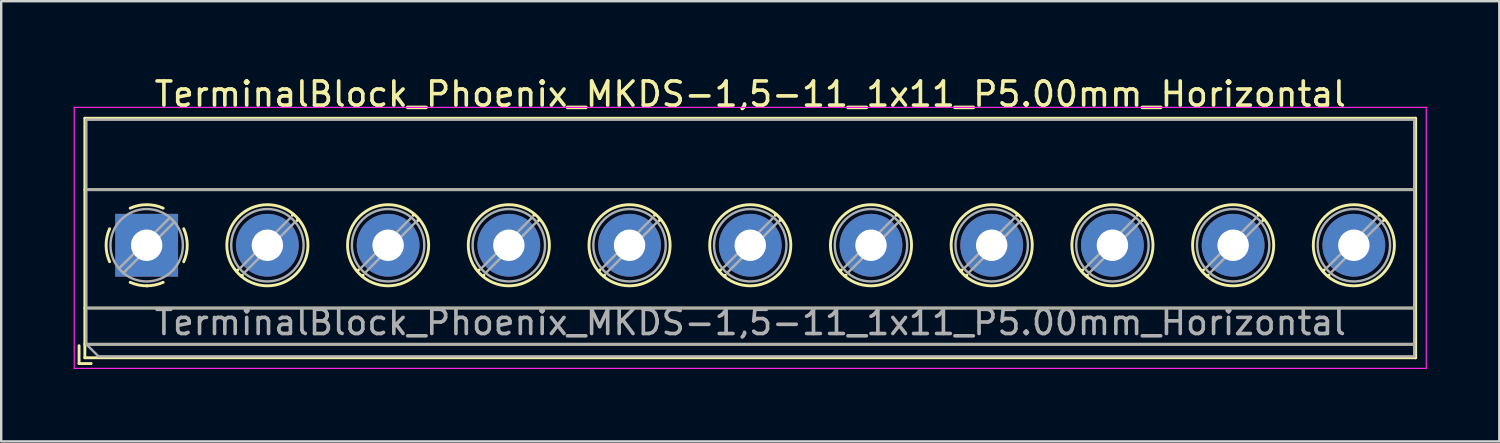
<source format=kicad_pcb>
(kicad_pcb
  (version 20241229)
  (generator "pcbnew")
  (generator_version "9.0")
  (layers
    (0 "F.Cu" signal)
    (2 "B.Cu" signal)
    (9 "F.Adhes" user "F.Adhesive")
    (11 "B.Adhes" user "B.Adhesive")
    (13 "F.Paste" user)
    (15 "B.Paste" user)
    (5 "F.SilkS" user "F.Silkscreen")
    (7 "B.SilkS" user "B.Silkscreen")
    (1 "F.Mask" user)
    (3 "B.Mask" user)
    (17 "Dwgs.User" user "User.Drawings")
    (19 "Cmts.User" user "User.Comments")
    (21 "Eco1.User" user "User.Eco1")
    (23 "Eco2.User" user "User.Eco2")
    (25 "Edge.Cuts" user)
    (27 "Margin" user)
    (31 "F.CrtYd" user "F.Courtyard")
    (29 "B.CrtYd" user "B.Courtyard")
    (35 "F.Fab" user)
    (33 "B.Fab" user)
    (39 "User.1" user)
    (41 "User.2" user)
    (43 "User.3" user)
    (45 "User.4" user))
  (footprint "TerminalBlock_Phoenix_MKDS-1,5-11_1x11_P5.00mm_Horizontal"
    (layer "F.Cu")
    (at 3.025 7.108)
    (property "Reference" "TerminalBlock_Phoenix_MKDS-1,5-11_1x11_P5.00mm_Horizontal" (at 25 -6.26 0) (layer "F.SilkS") (effects (font (size 1 1) (thickness 0.15))))
    (attr through_hole)
    (fp_line (start -2.8 4.16) (end -2.8 4.9) (stroke (width 0.12) (type solid)) (layer "F.SilkS"))
    (fp_line (start -2.8 4.9) (end -2.3 4.9) (stroke (width 0.12) (type solid)) (layer "F.SilkS"))
    (fp_line (start -2.56 -5.261) (end -2.56 4.66) (stroke (width 0.12) (type solid)) (layer "F.SilkS"))
    (fp_line (start -2.56 -5.261) (end 52.56 -5.261) (stroke (width 0.12) (type solid)) (layer "F.SilkS"))
    (fp_line (start -2.56 -2.301) (end 52.56 -2.301) (stroke (width 0.12) (type solid)) (layer "F.SilkS"))
    (fp_line (start -2.56 2.6) (end 52.56 2.6) (stroke (width 0.12) (type solid)) (layer "F.SilkS"))
    (fp_line (start -2.56 4.1) (end 52.56 4.1) (stroke (width 0.12) (type solid)) (layer "F.SilkS"))
    (fp_line (start -2.56 4.66) (end 52.56 4.66) (stroke (width 0.12) (type solid)) (layer "F.SilkS"))
    (fp_line (start 3.773 1.023) (end 3.726 1.069) (stroke (width 0.12) (type solid)) (layer "F.SilkS"))
    (fp_line (start 3.966 1.239) (end 3.931 1.274) (stroke (width 0.12) (type solid)) (layer "F.SilkS"))
    (fp_line (start 6.07 -1.275) (end 6.035 -1.239) (stroke (width 0.12) (type solid)) (layer "F.SilkS"))
    (fp_line (start 6.275 -1.069) (end 6.228 -1.023) (stroke (width 0.12) (type solid)) (layer "F.SilkS"))
    (fp_line (start 8.773 1.023) (end 8.726 1.069) (stroke (width 0.12) (type solid)) (layer "F.SilkS"))
    (fp_line (start 8.966 1.239) (end 8.931 1.274) (stroke (width 0.12) (type solid)) (layer "F.SilkS"))
    (fp_line (start 11.07 -1.275) (end 11.035 -1.239) (stroke (width 0.12) (type solid)) (layer "F.SilkS"))
    (fp_line (start 11.275 -1.069) (end 11.228 -1.023) (stroke (width 0.12) (type solid)) (layer "F.SilkS"))
    (fp_line (start 13.773 1.023) (end 13.726 1.069) (stroke (width 0.12) (type solid)) (layer "F.SilkS"))
    (fp_line (start 13.966 1.239) (end 13.931 1.274) (stroke (width 0.12) (type solid)) (layer "F.SilkS"))
    (fp_line (start 16.07 -1.275) (end 16.035 -1.239) (stroke (width 0.12) (type solid)) (layer "F.SilkS"))
    (fp_line (start 16.275 -1.069) (end 16.228 -1.023) (stroke (width 0.12) (type solid)) (layer "F.SilkS"))
    (fp_line (start 18.773 1.023) (end 18.726 1.069) (stroke (width 0.12) (type solid)) (layer "F.SilkS"))
    (fp_line (start 18.966 1.239) (end 18.931 1.274) (stroke (width 0.12) (type solid)) (layer "F.SilkS"))
    (fp_line (start 21.07 -1.275) (end 21.035 -1.239) (stroke (width 0.12) (type solid)) (layer "F.SilkS"))
    (fp_line (start 21.275 -1.069) (end 21.228 -1.023) (stroke (width 0.12) (type solid)) (layer "F.SilkS"))
    (fp_line (start 23.773 1.023) (end 23.726 1.069) (stroke (width 0.12) (type solid)) (layer "F.SilkS"))
    (fp_line (start 23.966 1.239) (end 23.931 1.274) (stroke (width 0.12) (type solid)) (layer "F.SilkS"))
    (fp_line (start 26.07 -1.275) (end 26.035 -1.239) (stroke (width 0.12) (type solid)) (layer "F.SilkS"))
    (fp_line (start 26.275 -1.069) (end 26.228 -1.023) (stroke (width 0.12) (type solid)) (layer "F.SilkS"))
    (fp_line (start 28.773 1.023) (end 28.726 1.069) (stroke (width 0.12) (type solid)) (layer "F.SilkS"))
    (fp_line (start 28.966 1.239) (end 28.931 1.274) (stroke (width 0.12) (type solid)) (layer "F.SilkS"))
    (fp_line (start 31.07 -1.275) (end 31.035 -1.239) (stroke (width 0.12) (type solid)) (layer "F.SilkS"))
    (fp_line (start 31.275 -1.069) (end 31.228 -1.023) (stroke (width 0.12) (type solid)) (layer "F.SilkS"))
    (fp_line (start 33.773 1.023) (end 33.726 1.069) (stroke (width 0.12) (type solid)) (layer "F.SilkS"))
    (fp_line (start 33.966 1.239) (end 33.931 1.274) (stroke (width 0.12) (type solid)) (layer "F.SilkS"))
    (fp_line (start 36.07 -1.275) (end 36.035 -1.239) (stroke (width 0.12) (type solid)) (layer "F.SilkS"))
    (fp_line (start 36.275 -1.069) (end 36.228 -1.023) (stroke (width 0.12) (type solid)) (layer "F.SilkS"))
    (fp_line (start 38.773 1.023) (end 38.726 1.069) (stroke (width 0.12) (type solid)) (layer "F.SilkS"))
    (fp_line (start 38.966 1.239) (end 38.931 1.274) (stroke (width 0.12) (type solid)) (layer "F.SilkS"))
    (fp_line (start 41.07 -1.275) (end 41.035 -1.239) (stroke (width 0.12) (type solid)) (layer "F.SilkS"))
    (fp_line (start 41.275 -1.069) (end 41.228 -1.023) (stroke (width 0.12) (type solid)) (layer "F.SilkS"))
    (fp_line (start 43.773 1.023) (end 43.726 1.069) (stroke (width 0.12) (type solid)) (layer "F.SilkS"))
    (fp_line (start 43.966 1.239) (end 43.931 1.274) (stroke (width 0.12) (type solid)) (layer "F.SilkS"))
    (fp_line (start 46.07 -1.275) (end 46.035 -1.239) (stroke (width 0.12) (type solid)) (layer "F.SilkS"))
    (fp_line (start 46.275 -1.069) (end 46.228 -1.023) (stroke (width 0.12) (type solid)) (layer "F.SilkS"))
    (fp_line (start 48.773 1.023) (end 48.726 1.069) (stroke (width 0.12) (type solid)) (layer "F.SilkS"))
    (fp_line (start 48.966 1.239) (end 48.931 1.274) (stroke (width 0.12) (type solid)) (layer "F.SilkS"))
    (fp_line (start 51.07 -1.275) (end 51.035 -1.239) (stroke (width 0.12) (type solid)) (layer "F.SilkS"))
    (fp_line (start 51.275 -1.069) (end 51.228 -1.023) (stroke (width 0.12) (type solid)) (layer "F.SilkS"))
    (fp_line (start 52.56 -5.261) (end 52.56 4.66) (stroke (width 0.12) (type solid)) (layer "F.SilkS"))
    (fp_arc (start -1.535427 0.683042) (mid -1.680501 -0.000524) (end -1.535 -0.684) (stroke (width 0.12) (type solid)) (layer "F.SilkS"))
    (fp_arc (start -0.683042 -1.535427) (mid 0.000524 -1.680501) (end 0.684 -1.535) (stroke (width 0.12) (type solid)) (layer "F.SilkS"))
    (fp_arc (start 0.028805 1.680253) (mid -0.335551 1.646659) (end -0.684 1.535) (stroke (width 0.12) (type solid)) (layer "F.SilkS"))
    (fp_arc (start 0.683318 1.534756) (mid 0.349292 1.643288) (end 0 1.68) (stroke (width 0.12) (type solid)) (layer "F.SilkS"))
    (fp_arc (start 1.535427 -0.683042) (mid 1.680501 0.000524) (end 1.535 0.684) (stroke (width 0.12) (type solid)) (layer "F.SilkS"))
    (fp_circle (center 5 0) (end 6.68 0) (stroke (width 0.12) (type solid)) (fill no) (layer "F.SilkS"))
    (fp_circle (center 10 0) (end 11.68 0) (stroke (width 0.12) (type solid)) (fill no) (layer "F.SilkS"))
    (fp_circle (center 15 0) (end 16.68 0) (stroke (width 0.12) (type solid)) (fill no) (layer "F.SilkS"))
    (fp_circle (center 20 0) (end 21.68 0) (stroke (width 0.12) (type solid)) (fill no) (layer "F.SilkS"))
    (fp_circle (center 25 0) (end 26.68 0) (stroke (width 0.12) (type solid)) (fill no) (layer "F.SilkS"))
    (fp_circle (center 30 0) (end 31.68 0) (stroke (width 0.12) (type solid)) (fill no) (layer "F.SilkS"))
    (fp_circle (center 35 0) (end 36.68 0) (stroke (width 0.12) (type solid)) (fill no) (layer "F.SilkS"))
    (fp_circle (center 40 0) (end 41.68 0) (stroke (width 0.12) (type solid)) (fill no) (layer "F.SilkS"))
    (fp_circle (center 45 0) (end 46.68 0) (stroke (width 0.12) (type solid)) (fill no) (layer "F.SilkS"))
    (fp_circle (center 50 0) (end 51.68 0) (stroke (width 0.12) (type solid)) (fill no) (layer "F.SilkS"))
    (fp_line (start -3 -5.71) (end -3 5.1) (stroke (width 0.05) (type solid)) (layer "F.CrtYd"))
    (fp_line (start -3 5.1) (end 53 5.1) (stroke (width 0.05) (type solid)) (layer "F.CrtYd"))
    (fp_line (start 53 -5.71) (end -3 -5.71) (stroke (width 0.05) (type solid)) (layer "F.CrtYd"))
    (fp_line (start 53 5.1) (end 53 -5.71) (stroke (width 0.05) (type solid)) (layer "F.CrtYd"))
    (fp_line (start -2.5 -5.2) (end 52.5 -5.2) (stroke (width 0.1) (type solid)) (layer "F.Fab"))
    (fp_line (start -2.5 -2.3) (end 52.5 -2.3) (stroke (width 0.1) (type solid)) (layer "F.Fab"))
    (fp_line (start -2.5 2.6) (end 52.5 2.6) (stroke (width 0.1) (type solid)) (layer "F.Fab"))
    (fp_line (start -2.5 4.1) (end -2.5 -5.2) (stroke (width 0.1) (type solid)) (layer "F.Fab"))
    (fp_line (start -2.5 4.1) (end 52.5 4.1) (stroke (width 0.1) (type solid)) (layer "F.Fab"))
    (fp_line (start -2 4.6) (end -2.5 4.1) (stroke (width 0.1) (type solid)) (layer "F.Fab"))
    (fp_line (start 0.955 -1.138) (end -1.138 0.955) (stroke (width 0.1) (type solid)) (layer "F.Fab"))
    (fp_line (start 1.138 -0.955) (end -0.955 1.138) (stroke (width 0.1) (type solid)) (layer "F.Fab"))
    (fp_line (start 5.955 -1.138) (end 3.863 0.955) (stroke (width 0.1) (type solid)) (layer "F.Fab"))
    (fp_line (start 6.138 -0.955) (end 4.046 1.138) (stroke (width 0.1) (type solid)) (layer "F.Fab"))
    (fp_line (start 10.955 -1.138) (end 8.863 0.955) (stroke (width 0.1) (type solid)) (layer "F.Fab"))
    (fp_line (start 11.138 -0.955) (end 9.046 1.138) (stroke (width 0.1) (type solid)) (layer "F.Fab"))
    (fp_line (start 15.955 -1.138) (end 13.863 0.955) (stroke (width 0.1) (type solid)) (layer "F.Fab"))
    (fp_line (start 16.138 -0.955) (end 14.046 1.138) (stroke (width 0.1) (type solid)) (layer "F.Fab"))
    (fp_line (start 20.955 -1.138) (end 18.863 0.955) (stroke (width 0.1) (type solid)) (layer "F.Fab"))
    (fp_line (start 21.138 -0.955) (end 19.046 1.138) (stroke (width 0.1) (type solid)) (layer "F.Fab"))
    (fp_line (start 25.955 -1.138) (end 23.863 0.955) (stroke (width 0.1) (type solid)) (layer "F.Fab"))
    (fp_line (start 26.138 -0.955) (end 24.046 1.138) (stroke (width 0.1) (type solid)) (layer "F.Fab"))
    (fp_line (start 30.955 -1.138) (end 28.863 0.955) (stroke (width 0.1) (type solid)) (layer "F.Fab"))
    (fp_line (start 31.138 -0.955) (end 29.046 1.138) (stroke (width 0.1) (type solid)) (layer "F.Fab"))
    (fp_line (start 35.955 -1.138) (end 33.863 0.955) (stroke (width 0.1) (type solid)) (layer "F.Fab"))
    (fp_line (start 36.138 -0.955) (end 34.046 1.138) (stroke (width 0.1) (type solid)) (layer "F.Fab"))
    (fp_line (start 40.955 -1.138) (end 38.863 0.955) (stroke (width 0.1) (type solid)) (layer "F.Fab"))
    (fp_line (start 41.138 -0.955) (end 39.046 1.138) (stroke (width 0.1) (type solid)) (layer "F.Fab"))
    (fp_line (start 45.955 -1.138) (end 43.863 0.955) (stroke (width 0.1) (type solid)) (layer "F.Fab"))
    (fp_line (start 46.138 -0.955) (end 44.046 1.138) (stroke (width 0.1) (type solid)) (layer "F.Fab"))
    (fp_line (start 50.955 -1.138) (end 48.863 0.955) (stroke (width 0.1) (type solid)) (layer "F.Fab"))
    (fp_line (start 51.138 -0.955) (end 49.046 1.138) (stroke (width 0.1) (type solid)) (layer "F.Fab"))
    (fp_line (start 52.5 -5.2) (end 52.5 4.6) (stroke (width 0.1) (type solid)) (layer "F.Fab"))
    (fp_line (start 52.5 4.6) (end -2 4.6) (stroke (width 0.1) (type solid)) (layer "F.Fab"))
    (fp_circle (center 0 0) (end 1.5 0) (stroke (width 0.1) (type solid)) (fill no) (layer "F.Fab"))
    (fp_circle (center 5 0) (end 6.5 0) (stroke (width 0.1) (type solid)) (fill no) (layer "F.Fab"))
    (fp_circle (center 10 0) (end 11.5 0) (stroke (width 0.1) (type solid)) (fill no) (layer "F.Fab"))
    (fp_circle (center 15 0) (end 16.5 0) (stroke (width 0.1) (type solid)) (fill no) (layer "F.Fab"))
    (fp_circle (center 20 0) (end 21.5 0) (stroke (width 0.1) (type solid)) (fill no) (layer "F.Fab"))
    (fp_circle (center 25 0) (end 26.5 0) (stroke (width 0.1) (type solid)) (fill no) (layer "F.Fab"))
    (fp_circle (center 30 0) (end 31.5 0) (stroke (width 0.1) (type solid)) (fill no) (layer "F.Fab"))
    (fp_circle (center 35 0) (end 36.5 0) (stroke (width 0.1) (type solid)) (fill no) (layer "F.Fab"))
    (fp_circle (center 40 0) (end 41.5 0) (stroke (width 0.1) (type solid)) (fill no) (layer "F.Fab"))
    (fp_circle (center 45 0) (end 46.5 0) (stroke (width 0.1) (type solid)) (fill no) (layer "F.Fab"))
    (fp_circle (center 50 0) (end 51.5 0) (stroke (width 0.1) (type solid)) (fill no) (layer "F.Fab"))
    (fp_text user "${REFERENCE}" (at 25 3.2 0) (layer "F.Fab") (effects (font (size 1 1) (thickness 0.15))))
    (pad "1" thru_hole rect (at 0 0) (size 2.6 2.6) (drill 1.3) (layers "*.Cu" "*.Mask"))
    (pad "2" thru_hole circle (at 5 0) (size 2.6 2.6) (drill 1.3) (layers "*.Cu" "*.Mask"))
    (pad "3" thru_hole circle (at 10 0) (size 2.6 2.6) (drill 1.3) (layers "*.Cu" "*.Mask"))
    (pad "4" thru_hole circle (at 15 0) (size 2.6 2.6) (drill 1.3) (layers "*.Cu" "*.Mask"))
    (pad "5" thru_hole circle (at 20 0) (size 2.6 2.6) (drill 1.3) (layers "*.Cu" "*.Mask"))
    (pad "6" thru_hole circle (at 25 0) (size 2.6 2.6) (drill 1.3) (layers "*.Cu" "*.Mask"))
    (pad "7" thru_hole circle (at 30 0) (size 2.6 2.6) (drill 1.3) (layers "*.Cu" "*.Mask"))
    (pad "8" thru_hole circle (at 35 0) (size 2.6 2.6) (drill 1.3) (layers "*.Cu" "*.Mask"))
    (pad "9" thru_hole circle (at 40 0) (size 2.6 2.6) (drill 1.3) (layers "*.Cu" "*.Mask"))
    (pad "10" thru_hole circle (at 45 0) (size 2.6 2.6) (drill 1.3) (layers "*.Cu" "*.Mask"))
    (pad "11" thru_hole circle (at 50 0) (size 2.6 2.6) (drill 1.3) (layers "*.Cu" "*.Mask")))
  (gr_rect
    (start -3 -3)
    (end 59.05 15.233)
    (stroke (width 0.1) (type default))
    (fill no)
    (layer "Edge.Cuts")))
</source>
